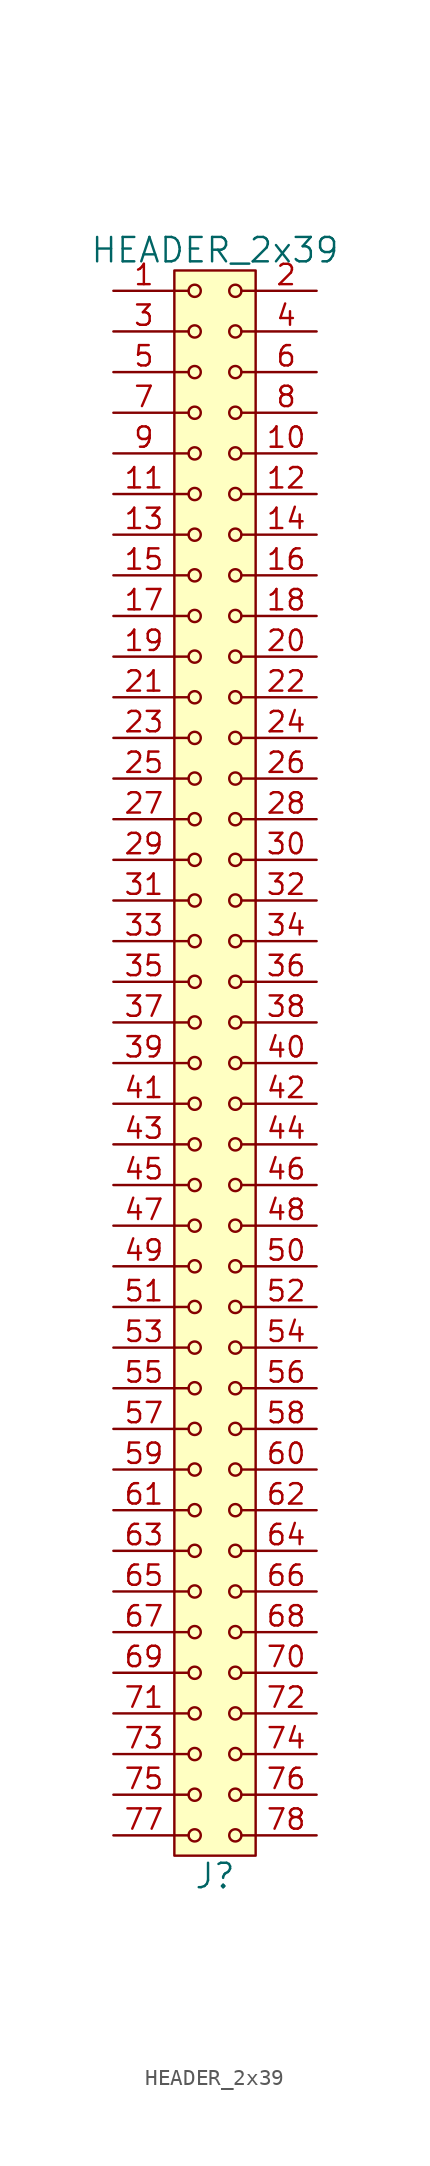
<source format=kicad_sym>
(kicad_symbol_lib
  (version 20211014)
  (generator kicad_symbol_editor)
  (symbol "HEADER_2x39"
    (pin_names
      (offset 1.016))
    (property "Reference" "J"
      (at 0 -50.8 0)
      (effects (font (size 1.524 1.524))))
    (property "Value" "HEADER_2x39"
      (at 0 50.8 0)
      (effects (font (size 1.524 1.524))))
    (property "Footprint" ""
      (at 0 48.26 0)
      (effects (font (size 1.524 1.524))))
    (property "Datasheet" ""
      (at 0 48.26 0)
      (effects (font (size 1.524 1.524))))
    (symbol "HEADER_2x39_0_1"
      (rectangle (start -2.54 49.53) (end 2.54 -49.53) (stroke (width 0) (type default) (color 0 0 0 0)) (fill (type background)))
      (circle (center -1.27 -48.26) (radius 0.381) (stroke (width 0) (type default) (color 0 0 0 0)) (fill (type none)))
      (circle (center -1.27 -45.72) (radius 0.381) (stroke (width 0) (type default) (color 0 0 0 0)) (fill (type none)))
      (circle (center -1.27 -43.18) (radius 0.381) (stroke (width 0) (type default) (color 0 0 0 0)) (fill (type none)))
      (circle (center -1.27 -40.64) (radius 0.381) (stroke (width 0) (type default) (color 0 0 0 0)) (fill (type none)))
      (circle (center -1.27 -38.1) (radius 0.381) (stroke (width 0) (type default) (color 0 0 0 0)) (fill (type none)))
      (circle (center -1.27 -35.56) (radius 0.381) (stroke (width 0) (type default) (color 0 0 0 0)) (fill (type none)))
      (circle (center -1.27 -33.02) (radius 0.381) (stroke (width 0) (type default) (color 0 0 0 0)) (fill (type none)))
      (circle (center -1.27 -30.48) (radius 0.381) (stroke (width 0) (type default) (color 0 0 0 0)) (fill (type none)))
      (circle (center -1.27 -27.94) (radius 0.381) (stroke (width 0) (type default) (color 0 0 0 0)) (fill (type none)))
      (circle (center -1.27 -25.4) (radius 0.381) (stroke (width 0) (type default) (color 0 0 0 0)) (fill (type none)))
      (circle (center -1.27 -22.86) (radius 0.381) (stroke (width 0) (type default) (color 0 0 0 0)) (fill (type none)))
      (circle (center -1.27 -20.32) (radius 0.381) (stroke (width 0) (type default) (color 0 0 0 0)) (fill (type none)))
      (circle (center -1.27 -17.78) (radius 0.381) (stroke (width 0) (type default) (color 0 0 0 0)) (fill (type none)))
      (circle (center -1.27 -15.24) (radius 0.381) (stroke (width 0) (type default) (color 0 0 0 0)) (fill (type none)))
      (circle (center -1.27 -12.7) (radius 0.381) (stroke (width 0) (type default) (color 0 0 0 0)) (fill (type none)))
      (circle (center -1.27 -10.16) (radius 0.381) (stroke (width 0) (type default) (color 0 0 0 0)) (fill (type none)))
      (circle (center -1.27 -7.62) (radius 0.381) (stroke (width 0) (type default) (color 0 0 0 0)) (fill (type none)))
      (circle (center -1.27 -5.08) (radius 0.381) (stroke (width 0) (type default) (color 0 0 0 0)) (fill (type none)))
      (circle (center -1.27 -2.54) (radius 0.381) (stroke (width 0) (type default) (color 0 0 0 0)) (fill (type none)))
      (circle (center -1.27 0) (radius 0.381) (stroke (width 0) (type default) (color 0 0 0 0)) (fill (type none)))
      (circle (center -1.27 2.54) (radius 0.381) (stroke (width 0) (type default) (color 0 0 0 0)) (fill (type none)))
      (circle (center -1.27 5.08) (radius 0.381) (stroke (width 0) (type default) (color 0 0 0 0)) (fill (type none)))
      (circle (center -1.27 7.62) (radius 0.381) (stroke (width 0) (type default) (color 0 0 0 0)) (fill (type none)))
      (circle (center -1.27 10.16) (radius 0.381) (stroke (width 0) (type default) (color 0 0 0 0)) (fill (type none)))
      (circle (center -1.27 12.7) (radius 0.381) (stroke (width 0) (type default) (color 0 0 0 0)) (fill (type none)))
      (circle (center -1.27 15.24) (radius 0.381) (stroke (width 0) (type default) (color 0 0 0 0)) (fill (type none)))
      (circle (center -1.27 17.78) (radius 0.381) (stroke (width 0) (type default) (color 0 0 0 0)) (fill (type none)))
      (circle (center -1.27 20.32) (radius 0.381) (stroke (width 0) (type default) (color 0 0 0 0)) (fill (type none)))
      (circle (center -1.27 22.86) (radius 0.381) (stroke (width 0) (type default) (color 0 0 0 0)) (fill (type none)))
      (circle (center -1.27 25.4) (radius 0.381) (stroke (width 0) (type default) (color 0 0 0 0)) (fill (type none)))
      (circle (center -1.27 27.94) (radius 0.381) (stroke (width 0) (type default) (color 0 0 0 0)) (fill (type none)))
      (circle (center -1.27 30.48) (radius 0.381) (stroke (width 0) (type default) (color 0 0 0 0)) (fill (type none)))
      (circle (center -1.27 33.02) (radius 0.381) (stroke (width 0) (type default) (color 0 0 0 0)) (fill (type none)))
      (circle (center -1.27 35.56) (radius 0.381) (stroke (width 0) (type default) (color 0 0 0 0)) (fill (type none)))
      (circle (center -1.27 38.1) (radius 0.381) (stroke (width 0) (type default) (color 0 0 0 0)) (fill (type none)))
      (circle (center -1.27 40.64) (radius 0.381) (stroke (width 0) (type default) (color 0 0 0 0)) (fill (type none)))
      (circle (center -1.27 43.18) (radius 0.381) (stroke (width 0) (type default) (color 0 0 0 0)) (fill (type none)))
      (circle (center -1.27 45.72) (radius 0.381) (stroke (width 0) (type default) (color 0 0 0 0)) (fill (type none)))
      (circle (center -1.27 48.26) (radius 0.381) (stroke (width 0) (type default) (color 0 0 0 0)) (fill (type none)))
      (polyline (pts (xy -1.651 -48.26) (xy -2.54 -48.26)) (stroke (width 0) (type default) (color 0 0 0 0)) (fill (type none)))
      (polyline (pts (xy -1.651 -45.72) (xy -2.54 -45.72)) (stroke (width 0) (type default) (color 0 0 0 0)) (fill (type none)))
      (polyline (pts (xy -1.651 -43.18) (xy -2.54 -43.18)) (stroke (width 0) (type default) (color 0 0 0 0)) (fill (type none)))
      (polyline (pts (xy -1.651 -40.64) (xy -2.54 -40.64)) (stroke (width 0) (type default) (color 0 0 0 0)) (fill (type none)))
      (polyline (pts (xy -1.651 -38.1) (xy -2.54 -38.1)) (stroke (width 0) (type default) (color 0 0 0 0)) (fill (type none)))
      (polyline (pts (xy -1.651 -35.56) (xy -2.54 -35.56)) (stroke (width 0) (type default) (color 0 0 0 0)) (fill (type none)))
      (polyline (pts (xy -1.651 -33.02) (xy -2.54 -33.02)) (stroke (width 0) (type default) (color 0 0 0 0)) (fill (type none)))
      (polyline (pts (xy -1.651 -30.48) (xy -2.54 -30.48)) (stroke (width 0) (type default) (color 0 0 0 0)) (fill (type none)))
      (polyline (pts (xy -1.651 -27.94) (xy -2.54 -27.94)) (stroke (width 0) (type default) (color 0 0 0 0)) (fill (type none)))
      (polyline (pts (xy -1.651 -25.4) (xy -2.54 -25.4)) (stroke (width 0) (type default) (color 0 0 0 0)) (fill (type none)))
      (polyline (pts (xy -1.651 -22.86) (xy -2.54 -22.86)) (stroke (width 0) (type default) (color 0 0 0 0)) (fill (type none)))
      (polyline (pts (xy -1.651 -20.32) (xy -2.54 -20.32)) (stroke (width 0) (type default) (color 0 0 0 0)) (fill (type none)))
      (polyline (pts (xy -1.651 -17.78) (xy -2.54 -17.78)) (stroke (width 0) (type default) (color 0 0 0 0)) (fill (type none)))
      (polyline (pts (xy -1.651 -15.24) (xy -2.54 -15.24)) (stroke (width 0) (type default) (color 0 0 0 0)) (fill (type none)))
      (polyline (pts (xy -1.651 -12.7) (xy -2.54 -12.7)) (stroke (width 0) (type default) (color 0 0 0 0)) (fill (type none)))
      (polyline (pts (xy -1.651 -10.16) (xy -2.54 -10.16)) (stroke (width 0) (type default) (color 0 0 0 0)) (fill (type none)))
      (polyline (pts (xy -1.651 -7.62) (xy -2.54 -7.62)) (stroke (width 0) (type default) (color 0 0 0 0)) (fill (type none)))
      (polyline (pts (xy -1.651 -5.08) (xy -2.54 -5.08)) (stroke (width 0) (type default) (color 0 0 0 0)) (fill (type none)))
      (polyline (pts (xy -1.651 -2.54) (xy -2.54 -2.54)) (stroke (width 0) (type default) (color 0 0 0 0)) (fill (type none)))
      (polyline (pts (xy -1.651 0) (xy -2.54 0)) (stroke (width 0) (type default) (color 0 0 0 0)) (fill (type none)))
      (polyline (pts (xy -1.651 2.54) (xy -2.54 2.54)) (stroke (width 0) (type default) (color 0 0 0 0)) (fill (type none)))
      (polyline (pts (xy -1.651 5.08) (xy -2.54 5.08)) (stroke (width 0) (type default) (color 0 0 0 0)) (fill (type none)))
      (polyline (pts (xy -1.651 7.62) (xy -2.54 7.62)) (stroke (width 0) (type default) (color 0 0 0 0)) (fill (type none)))
      (polyline (pts (xy -1.651 10.16) (xy -2.54 10.16)) (stroke (width 0) (type default) (color 0 0 0 0)) (fill (type none)))
      (polyline (pts (xy -1.651 12.7) (xy -2.54 12.7)) (stroke (width 0) (type default) (color 0 0 0 0)) (fill (type none)))
      (polyline (pts (xy -1.651 15.24) (xy -2.54 15.24)) (stroke (width 0) (type default) (color 0 0 0 0)) (fill (type none)))
      (polyline (pts (xy -1.651 17.78) (xy -2.54 17.78)) (stroke (width 0) (type default) (color 0 0 0 0)) (fill (type none)))
      (polyline (pts (xy -1.651 20.32) (xy -2.54 20.32)) (stroke (width 0) (type default) (color 0 0 0 0)) (fill (type none)))
      (polyline (pts (xy -1.651 22.86) (xy -2.54 22.86)) (stroke (width 0) (type default) (color 0 0 0 0)) (fill (type none)))
      (polyline (pts (xy -1.651 25.4) (xy -2.54 25.4)) (stroke (width 0) (type default) (color 0 0 0 0)) (fill (type none)))
      (polyline (pts (xy -1.651 27.94) (xy -2.54 27.94)) (stroke (width 0) (type default) (color 0 0 0 0)) (fill (type none)))
      (polyline (pts (xy -1.651 30.48) (xy -2.54 30.48)) (stroke (width 0) (type default) (color 0 0 0 0)) (fill (type none)))
      (polyline (pts (xy -1.651 33.02) (xy -2.54 33.02)) (stroke (width 0) (type default) (color 0 0 0 0)) (fill (type none)))
      (polyline (pts (xy -1.651 35.56) (xy -2.54 35.56)) (stroke (width 0) (type default) (color 0 0 0 0)) (fill (type none)))
      (polyline (pts (xy -1.651 38.1) (xy -2.54 38.1)) (stroke (width 0) (type default) (color 0 0 0 0)) (fill (type none)))
      (polyline (pts (xy -1.651 40.64) (xy -2.54 40.64)) (stroke (width 0) (type default) (color 0 0 0 0)) (fill (type none)))
      (polyline (pts (xy -1.651 43.18) (xy -2.54 43.18)) (stroke (width 0) (type default) (color 0 0 0 0)) (fill (type none)))
      (polyline (pts (xy -1.651 45.72) (xy -2.54 45.72)) (stroke (width 0) (type default) (color 0 0 0 0)) (fill (type none)))
      (polyline (pts (xy -1.651 48.26) (xy -2.54 48.26)) (stroke (width 0) (type default) (color 0 0 0 0)) (fill (type none)))
      (polyline (pts (xy 1.651 -48.26) (xy 2.54 -48.26)) (stroke (width 0) (type default) (color 0 0 0 0)) (fill (type none)))
      (polyline (pts (xy 1.651 -45.72) (xy 2.54 -45.72)) (stroke (width 0) (type default) (color 0 0 0 0)) (fill (type none)))
      (polyline (pts (xy 1.651 -43.18) (xy 2.54 -43.18)) (stroke (width 0) (type default) (color 0 0 0 0)) (fill (type none)))
      (polyline (pts (xy 1.651 -40.64) (xy 2.54 -40.64)) (stroke (width 0) (type default) (color 0 0 0 0)) (fill (type none)))
      (polyline (pts (xy 1.651 -38.1) (xy 2.54 -38.1)) (stroke (width 0) (type default) (color 0 0 0 0)) (fill (type none)))
      (polyline (pts (xy 1.651 -35.56) (xy 2.54 -35.56)) (stroke (width 0) (type default) (color 0 0 0 0)) (fill (type none)))
      (polyline (pts (xy 1.651 -33.02) (xy 2.54 -33.02)) (stroke (width 0) (type default) (color 0 0 0 0)) (fill (type none)))
      (polyline (pts (xy 1.651 -30.48) (xy 2.54 -30.48)) (stroke (width 0) (type default) (color 0 0 0 0)) (fill (type none)))
      (polyline (pts (xy 1.651 -27.94) (xy 2.54 -27.94)) (stroke (width 0) (type default) (color 0 0 0 0)) (fill (type none)))
      (polyline (pts (xy 1.651 -25.4) (xy 2.54 -25.4)) (stroke (width 0) (type default) (color 0 0 0 0)) (fill (type none)))
      (polyline (pts (xy 1.651 -22.86) (xy 2.54 -22.86)) (stroke (width 0) (type default) (color 0 0 0 0)) (fill (type none)))
      (polyline (pts (xy 1.651 -20.32) (xy 2.54 -20.32)) (stroke (width 0) (type default) (color 0 0 0 0)) (fill (type none)))
      (polyline (pts (xy 1.651 -17.78) (xy 2.54 -17.78)) (stroke (width 0) (type default) (color 0 0 0 0)) (fill (type none)))
      (polyline (pts (xy 1.651 -15.24) (xy 2.54 -15.24)) (stroke (width 0) (type default) (color 0 0 0 0)) (fill (type none)))
      (polyline (pts (xy 1.651 -12.7) (xy 2.54 -12.7)) (stroke (width 0) (type default) (color 0 0 0 0)) (fill (type none)))
      (polyline (pts (xy 1.651 -10.16) (xy 2.54 -10.16)) (stroke (width 0) (type default) (color 0 0 0 0)) (fill (type none)))
      (polyline (pts (xy 1.651 -7.62) (xy 2.54 -7.62)) (stroke (width 0) (type default) (color 0 0 0 0)) (fill (type none)))
      (polyline (pts (xy 1.651 -5.08) (xy 2.54 -5.08)) (stroke (width 0) (type default) (color 0 0 0 0)) (fill (type none)))
      (polyline (pts (xy 1.651 -2.54) (xy 2.54 -2.54)) (stroke (width 0) (type default) (color 0 0 0 0)) (fill (type none)))
      (polyline (pts (xy 1.651 0) (xy 2.54 0)) (stroke (width 0) (type default) (color 0 0 0 0)) (fill (type none)))
      (polyline (pts (xy 1.651 2.54) (xy 2.54 2.54)) (stroke (width 0) (type default) (color 0 0 0 0)) (fill (type none)))
      (polyline (pts (xy 1.651 5.08) (xy 2.54 5.08)) (stroke (width 0) (type default) (color 0 0 0 0)) (fill (type none)))
      (polyline (pts (xy 1.651 7.62) (xy 2.54 7.62)) (stroke (width 0) (type default) (color 0 0 0 0)) (fill (type none)))
      (polyline (pts (xy 1.651 10.16) (xy 2.54 10.16)) (stroke (width 0) (type default) (color 0 0 0 0)) (fill (type none)))
      (polyline (pts (xy 1.651 12.7) (xy 2.54 12.7)) (stroke (width 0) (type default) (color 0 0 0 0)) (fill (type none)))
      (polyline (pts (xy 1.651 15.24) (xy 2.54 15.24)) (stroke (width 0) (type default) (color 0 0 0 0)) (fill (type none)))
      (polyline (pts (xy 1.651 17.78) (xy 2.54 17.78)) (stroke (width 0) (type default) (color 0 0 0 0)) (fill (type none)))
      (polyline (pts (xy 1.651 20.32) (xy 2.54 20.32)) (stroke (width 0) (type default) (color 0 0 0 0)) (fill (type none)))
      (polyline (pts (xy 1.651 22.86) (xy 2.54 22.86)) (stroke (width 0) (type default) (color 0 0 0 0)) (fill (type none)))
      (polyline (pts (xy 1.651 25.4) (xy 2.54 25.4)) (stroke (width 0) (type default) (color 0 0 0 0)) (fill (type none)))
      (polyline (pts (xy 1.651 27.94) (xy 2.54 27.94)) (stroke (width 0) (type default) (color 0 0 0 0)) (fill (type none)))
      (polyline (pts (xy 1.651 30.48) (xy 2.54 30.48)) (stroke (width 0) (type default) (color 0 0 0 0)) (fill (type none)))
      (polyline (pts (xy 1.651 33.02) (xy 2.54 33.02)) (stroke (width 0) (type default) (color 0 0 0 0)) (fill (type none)))
      (polyline (pts (xy 1.651 35.56) (xy 2.54 35.56)) (stroke (width 0) (type default) (color 0 0 0 0)) (fill (type none)))
      (polyline (pts (xy 1.651 38.1) (xy 2.54 38.1)) (stroke (width 0) (type default) (color 0 0 0 0)) (fill (type none)))
      (polyline (pts (xy 1.651 40.64) (xy 2.54 40.64)) (stroke (width 0) (type default) (color 0 0 0 0)) (fill (type none)))
      (polyline (pts (xy 1.651 43.18) (xy 2.54 43.18)) (stroke (width 0) (type default) (color 0 0 0 0)) (fill (type none)))
      (polyline (pts (xy 1.651 45.72) (xy 2.54 45.72)) (stroke (width 0) (type default) (color 0 0 0 0)) (fill (type none)))
      (polyline (pts (xy 1.651 48.26) (xy 2.54 48.26)) (stroke (width 0) (type default) (color 0 0 0 0)) (fill (type none)))
      (circle (center 1.27 -48.26) (radius 0.381) (stroke (width 0) (type default) (color 0 0 0 0)) (fill (type none)))
      (circle (center 1.27 -45.72) (radius 0.381) (stroke (width 0) (type default) (color 0 0 0 0)) (fill (type none)))
      (circle (center 1.27 -43.18) (radius 0.381) (stroke (width 0) (type default) (color 0 0 0 0)) (fill (type none)))
      (circle (center 1.27 -40.64) (radius 0.381) (stroke (width 0) (type default) (color 0 0 0 0)) (fill (type none)))
      (circle (center 1.27 -38.1) (radius 0.381) (stroke (width 0) (type default) (color 0 0 0 0)) (fill (type none)))
      (circle (center 1.27 -35.56) (radius 0.381) (stroke (width 0) (type default) (color 0 0 0 0)) (fill (type none)))
      (circle (center 1.27 -33.02) (radius 0.381) (stroke (width 0) (type default) (color 0 0 0 0)) (fill (type none)))
      (circle (center 1.27 -30.48) (radius 0.381) (stroke (width 0) (type default) (color 0 0 0 0)) (fill (type none)))
      (circle (center 1.27 -27.94) (radius 0.381) (stroke (width 0) (type default) (color 0 0 0 0)) (fill (type none)))
      (circle (center 1.27 -25.4) (radius 0.381) (stroke (width 0) (type default) (color 0 0 0 0)) (fill (type none)))
      (circle (center 1.27 -22.86) (radius 0.381) (stroke (width 0) (type default) (color 0 0 0 0)) (fill (type none)))
      (circle (center 1.27 -20.32) (radius 0.381) (stroke (width 0) (type default) (color 0 0 0 0)) (fill (type none)))
      (circle (center 1.27 -17.78) (radius 0.381) (stroke (width 0) (type default) (color 0 0 0 0)) (fill (type none)))
      (circle (center 1.27 -15.24) (radius 0.381) (stroke (width 0) (type default) (color 0 0 0 0)) (fill (type none)))
      (circle (center 1.27 -12.7) (radius 0.381) (stroke (width 0) (type default) (color 0 0 0 0)) (fill (type none)))
      (circle (center 1.27 -10.16) (radius 0.381) (stroke (width 0) (type default) (color 0 0 0 0)) (fill (type none)))
      (circle (center 1.27 -7.62) (radius 0.381) (stroke (width 0) (type default) (color 0 0 0 0)) (fill (type none)))
      (circle (center 1.27 -5.08) (radius 0.381) (stroke (width 0) (type default) (color 0 0 0 0)) (fill (type none)))
      (circle (center 1.27 -2.54) (radius 0.381) (stroke (width 0) (type default) (color 0 0 0 0)) (fill (type none)))
      (circle (center 1.27 0) (radius 0.381) (stroke (width 0) (type default) (color 0 0 0 0)) (fill (type none)))
      (circle (center 1.27 2.54) (radius 0.381) (stroke (width 0) (type default) (color 0 0 0 0)) (fill (type none)))
      (circle (center 1.27 5.08) (radius 0.381) (stroke (width 0) (type default) (color 0 0 0 0)) (fill (type none)))
      (circle (center 1.27 7.62) (radius 0.381) (stroke (width 0) (type default) (color 0 0 0 0)) (fill (type none)))
      (circle (center 1.27 10.16) (radius 0.381) (stroke (width 0) (type default) (color 0 0 0 0)) (fill (type none)))
      (circle (center 1.27 12.7) (radius 0.381) (stroke (width 0) (type default) (color 0 0 0 0)) (fill (type none)))
      (circle (center 1.27 15.24) (radius 0.381) (stroke (width 0) (type default) (color 0 0 0 0)) (fill (type none)))
      (circle (center 1.27 17.78) (radius 0.381) (stroke (width 0) (type default) (color 0 0 0 0)) (fill (type none)))
      (circle (center 1.27 20.32) (radius 0.381) (stroke (width 0) (type default) (color 0 0 0 0)) (fill (type none)))
      (circle (center 1.27 22.86) (radius 0.381) (stroke (width 0) (type default) (color 0 0 0 0)) (fill (type none)))
      (circle (center 1.27 25.4) (radius 0.381) (stroke (width 0) (type default) (color 0 0 0 0)) (fill (type none)))
      (circle (center 1.27 27.94) (radius 0.381) (stroke (width 0) (type default) (color 0 0 0 0)) (fill (type none)))
      (circle (center 1.27 30.48) (radius 0.381) (stroke (width 0) (type default) (color 0 0 0 0)) (fill (type none)))
      (circle (center 1.27 33.02) (radius 0.381) (stroke (width 0) (type default) (color 0 0 0 0)) (fill (type none)))
      (circle (center 1.27 35.56) (radius 0.381) (stroke (width 0) (type default) (color 0 0 0 0)) (fill (type none)))
      (circle (center 1.27 38.1) (radius 0.381) (stroke (width 0) (type default) (color 0 0 0 0)) (fill (type none)))
      (circle (center 1.27 40.64) (radius 0.381) (stroke (width 0) (type default) (color 0 0 0 0)) (fill (type none)))
      (circle (center 1.27 43.18) (radius 0.381) (stroke (width 0) (type default) (color 0 0 0 0)) (fill (type none)))
      (circle (center 1.27 45.72) (radius 0.381) (stroke (width 0) (type default) (color 0 0 0 0)) (fill (type none)))
      (circle (center 1.27 48.26) (radius 0.381) (stroke (width 0) (type default) (color 0 0 0 0)) (fill (type none))))
    (symbol "HEADER_2x39_1_1"
      (pin input line (at -6.35 48.26 0) (length 3.81) (name "~" (effects (font (size 1.27 1.27)))) (number "1" (effects (font (size 1.27 1.27)))))
      (pin input line (at 6.35 38.1 180) (length 3.81) (name "~" (effects (font (size 1.27 1.27)))) (number "10" (effects (font (size 1.27 1.27)))))
      (pin input line (at -6.35 35.56 0) (length 3.81) (name "~" (effects (font (size 1.27 1.27)))) (number "11" (effects (font (size 1.27 1.27)))))
      (pin input line (at 6.35 35.56 180) (length 3.81) (name "~" (effects (font (size 1.27 1.27)))) (number "12" (effects (font (size 1.27 1.27)))))
      (pin input line (at -6.35 33.02 0) (length 3.81) (name "~" (effects (font (size 1.27 1.27)))) (number "13" (effects (font (size 1.27 1.27)))))
      (pin input line (at 6.35 33.02 180) (length 3.81) (name "~" (effects (font (size 1.27 1.27)))) (number "14" (effects (font (size 1.27 1.27)))))
      (pin input line (at -6.35 30.48 0) (length 3.81) (name "~" (effects (font (size 1.27 1.27)))) (number "15" (effects (font (size 1.27 1.27)))))
      (pin input line (at 6.35 30.48 180) (length 3.81) (name "~" (effects (font (size 1.27 1.27)))) (number "16" (effects (font (size 1.27 1.27)))))
      (pin input line (at -6.35 27.94 0) (length 3.81) (name "~" (effects (font (size 1.27 1.27)))) (number "17" (effects (font (size 1.27 1.27)))))
      (pin input line (at 6.35 27.94 180) (length 3.81) (name "~" (effects (font (size 1.27 1.27)))) (number "18" (effects (font (size 1.27 1.27)))))
      (pin input line (at -6.35 25.4 0) (length 3.81) (name "~" (effects (font (size 1.27 1.27)))) (number "19" (effects (font (size 1.27 1.27)))))
      (pin input line (at 6.35 48.26 180) (length 3.81) (name "~" (effects (font (size 1.27 1.27)))) (number "2" (effects (font (size 1.27 1.27)))))
      (pin input line (at 6.35 25.4 180) (length 3.81) (name "~" (effects (font (size 1.27 1.27)))) (number "20" (effects (font (size 1.27 1.27)))))
      (pin input line (at -6.35 22.86 0) (length 3.81) (name "~" (effects (font (size 1.27 1.27)))) (number "21" (effects (font (size 1.27 1.27)))))
      (pin input line (at 6.35 22.86 180) (length 3.81) (name "~" (effects (font (size 1.27 1.27)))) (number "22" (effects (font (size 1.27 1.27)))))
      (pin input line (at -6.35 20.32 0) (length 3.81) (name "~" (effects (font (size 1.27 1.27)))) (number "23" (effects (font (size 1.27 1.27)))))
      (pin input line (at 6.35 20.32 180) (length 3.81) (name "~" (effects (font (size 1.27 1.27)))) (number "24" (effects (font (size 1.27 1.27)))))
      (pin input line (at -6.35 17.78 0) (length 3.81) (name "~" (effects (font (size 1.27 1.27)))) (number "25" (effects (font (size 1.27 1.27)))))
      (pin input line (at 6.35 17.78 180) (length 3.81) (name "~" (effects (font (size 1.27 1.27)))) (number "26" (effects (font (size 1.27 1.27)))))
      (pin input line (at -6.35 15.24 0) (length 3.81) (name "~" (effects (font (size 1.27 1.27)))) (number "27" (effects (font (size 1.27 1.27)))))
      (pin input line (at 6.35 15.24 180) (length 3.81) (name "~" (effects (font (size 1.27 1.27)))) (number "28" (effects (font (size 1.27 1.27)))))
      (pin input line (at -6.35 12.7 0) (length 3.81) (name "~" (effects (font (size 1.27 1.27)))) (number "29" (effects (font (size 1.27 1.27)))))
      (pin input line (at -6.35 45.72 0) (length 3.81) (name "~" (effects (font (size 1.27 1.27)))) (number "3" (effects (font (size 1.27 1.27)))))
      (pin input line (at 6.35 12.7 180) (length 3.81) (name "~" (effects (font (size 1.27 1.27)))) (number "30" (effects (font (size 1.27 1.27)))))
      (pin input line (at -6.35 10.16 0) (length 3.81) (name "~" (effects (font (size 1.27 1.27)))) (number "31" (effects (font (size 1.27 1.27)))))
      (pin input line (at 6.35 10.16 180) (length 3.81) (name "~" (effects (font (size 1.27 1.27)))) (number "32" (effects (font (size 1.27 1.27)))))
      (pin input line (at -6.35 7.62 0) (length 3.81) (name "~" (effects (font (size 1.27 1.27)))) (number "33" (effects (font (size 1.27 1.27)))))
      (pin input line (at 6.35 7.62 180) (length 3.81) (name "~" (effects (font (size 1.27 1.27)))) (number "34" (effects (font (size 1.27 1.27)))))
      (pin input line (at -6.35 5.08 0) (length 3.81) (name "~" (effects (font (size 1.27 1.27)))) (number "35" (effects (font (size 1.27 1.27)))))
      (pin input line (at 6.35 5.08 180) (length 3.81) (name "~" (effects (font (size 1.27 1.27)))) (number "36" (effects (font (size 1.27 1.27)))))
      (pin input line (at -6.35 2.54 0) (length 3.81) (name "~" (effects (font (size 1.27 1.27)))) (number "37" (effects (font (size 1.27 1.27)))))
      (pin input line (at 6.35 2.54 180) (length 3.81) (name "~" (effects (font (size 1.27 1.27)))) (number "38" (effects (font (size 1.27 1.27)))))
      (pin input line (at -6.35 0 0) (length 3.81) (name "~" (effects (font (size 1.27 1.27)))) (number "39" (effects (font (size 1.27 1.27)))))
      (pin input line (at 6.35 45.72 180) (length 3.81) (name "~" (effects (font (size 1.27 1.27)))) (number "4" (effects (font (size 1.27 1.27)))))
      (pin input line (at 6.35 0 180) (length 3.81) (name "~" (effects (font (size 1.27 1.27)))) (number "40" (effects (font (size 1.27 1.27)))))
      (pin input line (at -6.35 -2.54 0) (length 3.81) (name "~" (effects (font (size 1.27 1.27)))) (number "41" (effects (font (size 1.27 1.27)))))
      (pin input line (at 6.35 -2.54 180) (length 3.81) (name "~" (effects (font (size 1.27 1.27)))) (number "42" (effects (font (size 1.27 1.27)))))
      (pin input line (at -6.35 -5.08 0) (length 3.81) (name "~" (effects (font (size 1.27 1.27)))) (number "43" (effects (font (size 1.27 1.27)))))
      (pin input line (at 6.35 -5.08 180) (length 3.81) (name "~" (effects (font (size 1.27 1.27)))) (number "44" (effects (font (size 1.27 1.27)))))
      (pin input line (at -6.35 -7.62 0) (length 3.81) (name "~" (effects (font (size 1.27 1.27)))) (number "45" (effects (font (size 1.27 1.27)))))
      (pin input line (at 6.35 -7.62 180) (length 3.81) (name "~" (effects (font (size 1.27 1.27)))) (number "46" (effects (font (size 1.27 1.27)))))
      (pin input line (at -6.35 -10.16 0) (length 3.81) (name "~" (effects (font (size 1.27 1.27)))) (number "47" (effects (font (size 1.27 1.27)))))
      (pin input line (at 6.35 -10.16 180) (length 3.81) (name "~" (effects (font (size 1.27 1.27)))) (number "48" (effects (font (size 1.27 1.27)))))
      (pin input line (at -6.35 -12.7 0) (length 3.81) (name "~" (effects (font (size 1.27 1.27)))) (number "49" (effects (font (size 1.27 1.27)))))
      (pin input line (at -6.35 43.18 0) (length 3.81) (name "~" (effects (font (size 1.27 1.27)))) (number "5" (effects (font (size 1.27 1.27)))))
      (pin input line (at 6.35 -12.7 180) (length 3.81) (name "~" (effects (font (size 1.27 1.27)))) (number "50" (effects (font (size 1.27 1.27)))))
      (pin input line (at -6.35 -15.24 0) (length 3.81) (name "~" (effects (font (size 1.27 1.27)))) (number "51" (effects (font (size 1.27 1.27)))))
      (pin input line (at 6.35 -15.24 180) (length 3.81) (name "~" (effects (font (size 1.27 1.27)))) (number "52" (effects (font (size 1.27 1.27)))))
      (pin input line (at -6.35 -17.78 0) (length 3.81) (name "~" (effects (font (size 1.27 1.27)))) (number "53" (effects (font (size 1.27 1.27)))))
      (pin input line (at 6.35 -17.78 180) (length 3.81) (name "~" (effects (font (size 1.27 1.27)))) (number "54" (effects (font (size 1.27 1.27)))))
      (pin input line (at -6.35 -20.32 0) (length 3.81) (name "~" (effects (font (size 1.27 1.27)))) (number "55" (effects (font (size 1.27 1.27)))))
      (pin input line (at 6.35 -20.32 180) (length 3.81) (name "~" (effects (font (size 1.27 1.27)))) (number "56" (effects (font (size 1.27 1.27)))))
      (pin input line (at -6.35 -22.86 0) (length 3.81) (name "~" (effects (font (size 1.27 1.27)))) (number "57" (effects (font (size 1.27 1.27)))))
      (pin input line (at 6.35 -22.86 180) (length 3.81) (name "~" (effects (font (size 1.27 1.27)))) (number "58" (effects (font (size 1.27 1.27)))))
      (pin input line (at -6.35 -25.4 0) (length 3.81) (name "~" (effects (font (size 1.27 1.27)))) (number "59" (effects (font (size 1.27 1.27)))))
      (pin input line (at 6.35 43.18 180) (length 3.81) (name "~" (effects (font (size 1.27 1.27)))) (number "6" (effects (font (size 1.27 1.27)))))
      (pin input line (at 6.35 -25.4 180) (length 3.81) (name "~" (effects (font (size 1.27 1.27)))) (number "60" (effects (font (size 1.27 1.27)))))
      (pin input line (at -6.35 -27.94 0) (length 3.81) (name "~" (effects (font (size 1.27 1.27)))) (number "61" (effects (font (size 1.27 1.27)))))
      (pin input line (at 6.35 -27.94 180) (length 3.81) (name "~" (effects (font (size 1.27 1.27)))) (number "62" (effects (font (size 1.27 1.27)))))
      (pin input line (at -6.35 -30.48 0) (length 3.81) (name "~" (effects (font (size 1.27 1.27)))) (number "63" (effects (font (size 1.27 1.27)))))
      (pin input line (at 6.35 -30.48 180) (length 3.81) (name "~" (effects (font (size 1.27 1.27)))) (number "64" (effects (font (size 1.27 1.27)))))
      (pin input line (at -6.35 -33.02 0) (length 3.81) (name "~" (effects (font (size 1.27 1.27)))) (number "65" (effects (font (size 1.27 1.27)))))
      (pin input line (at 6.35 -33.02 180) (length 3.81) (name "~" (effects (font (size 1.27 1.27)))) (number "66" (effects (font (size 1.27 1.27)))))
      (pin input line (at -6.35 -35.56 0) (length 3.81) (name "~" (effects (font (size 1.27 1.27)))) (number "67" (effects (font (size 1.27 1.27)))))
      (pin input line (at 6.35 -35.56 180) (length 3.81) (name "~" (effects (font (size 1.27 1.27)))) (number "68" (effects (font (size 1.27 1.27)))))
      (pin input line (at -6.35 -38.1 0) (length 3.81) (name "~" (effects (font (size 1.27 1.27)))) (number "69" (effects (font (size 1.27 1.27)))))
      (pin input line (at -6.35 40.64 0) (length 3.81) (name "~" (effects (font (size 1.27 1.27)))) (number "7" (effects (font (size 1.27 1.27)))))
      (pin input line (at 6.35 -38.1 180) (length 3.81) (name "~" (effects (font (size 1.27 1.27)))) (number "70" (effects (font (size 1.27 1.27)))))
      (pin input line (at -6.35 -40.64 0) (length 3.81) (name "~" (effects (font (size 1.27 1.27)))) (number "71" (effects (font (size 1.27 1.27)))))
      (pin input line (at 6.35 -40.64 180) (length 3.81) (name "~" (effects (font (size 1.27 1.27)))) (number "72" (effects (font (size 1.27 1.27)))))
      (pin input line (at -6.35 -43.18 0) (length 3.81) (name "~" (effects (font (size 1.27 1.27)))) (number "73" (effects (font (size 1.27 1.27)))))
      (pin input line (at 6.35 -43.18 180) (length 3.81) (name "~" (effects (font (size 1.27 1.27)))) (number "74" (effects (font (size 1.27 1.27)))))
      (pin input line (at -6.35 -45.72 0) (length 3.81) (name "~" (effects (font (size 1.27 1.27)))) (number "75" (effects (font (size 1.27 1.27)))))
      (pin input line (at 6.35 -45.72 180) (length 3.81) (name "~" (effects (font (size 1.27 1.27)))) (number "76" (effects (font (size 1.27 1.27)))))
      (pin input line (at -6.35 -48.26 0) (length 3.81) (name "~" (effects (font (size 1.27 1.27)))) (number "77" (effects (font (size 1.27 1.27)))))
      (pin input line (at 6.35 -48.26 180) (length 3.81) (name "~" (effects (font (size 1.27 1.27)))) (number "78" (effects (font (size 1.27 1.27)))))
      (pin input line (at 6.35 40.64 180) (length 3.81) (name "~" (effects (font (size 1.27 1.27)))) (number "8" (effects (font (size 1.27 1.27)))))
      (pin input line (at -6.35 38.1 0) (length 3.81) (name "~" (effects (font (size 1.27 1.27)))) (number "9" (effects (font (size 1.27 1.27))))))))
</source>
